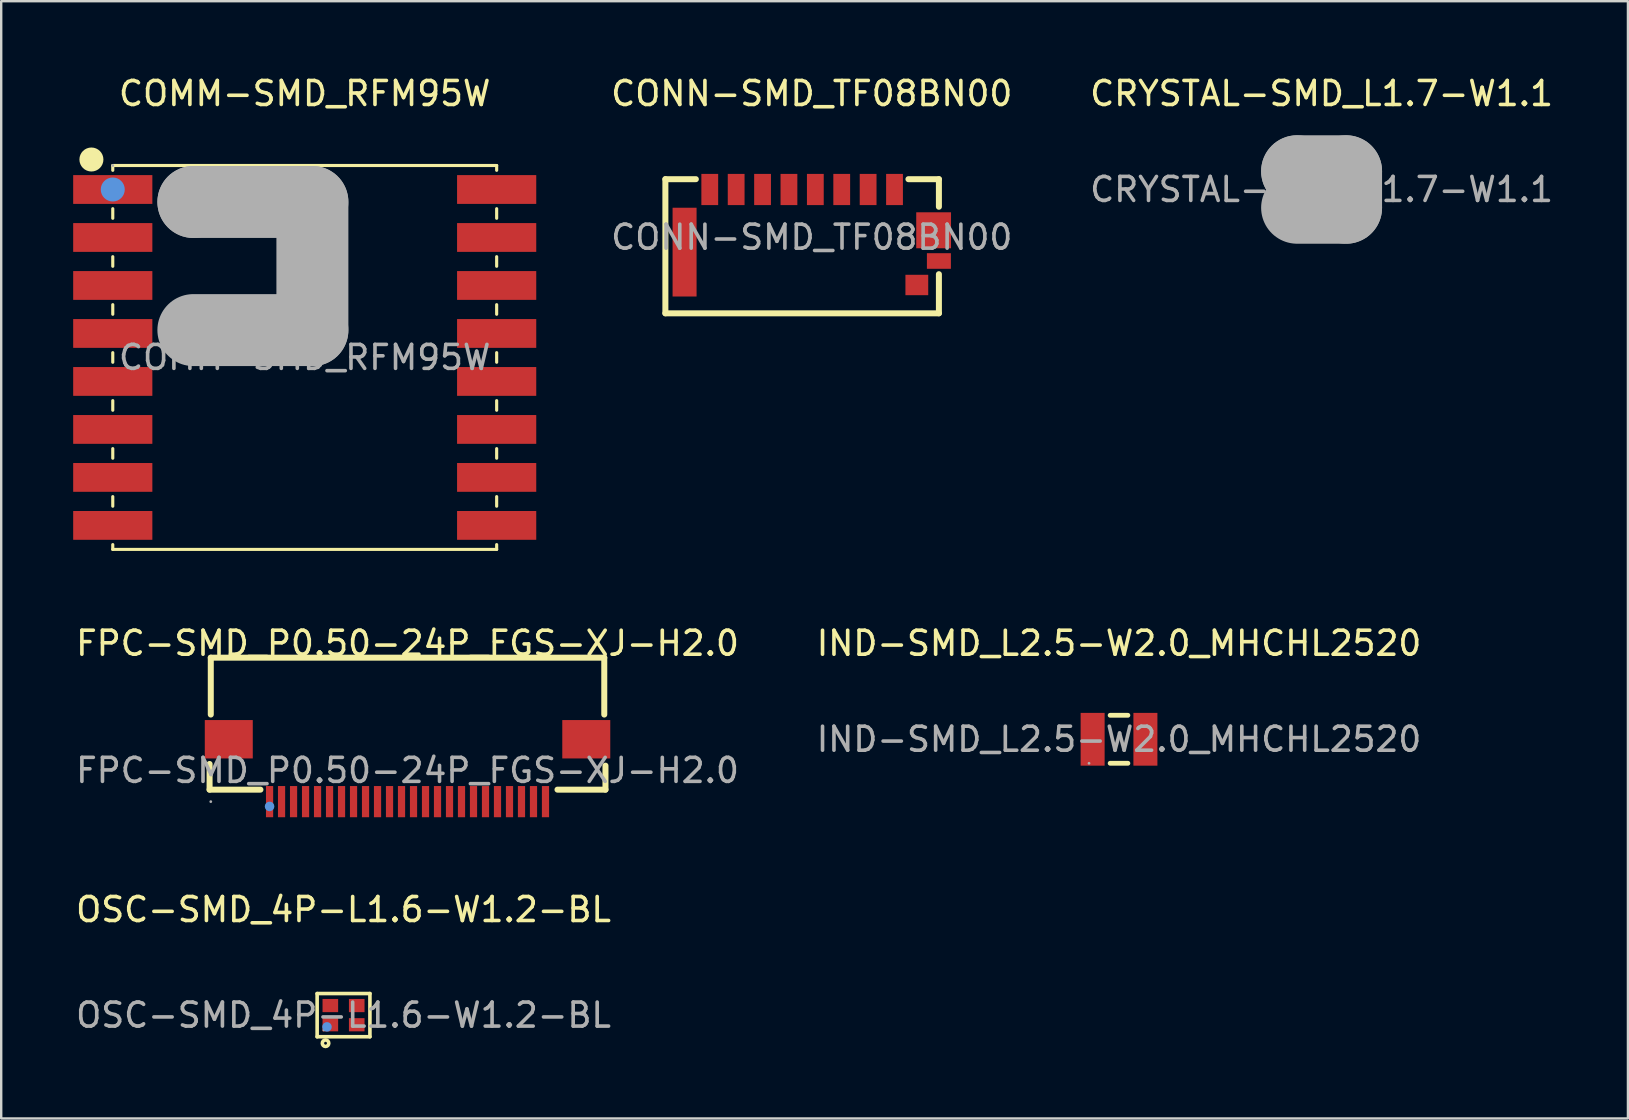
<source format=kicad_pcb>
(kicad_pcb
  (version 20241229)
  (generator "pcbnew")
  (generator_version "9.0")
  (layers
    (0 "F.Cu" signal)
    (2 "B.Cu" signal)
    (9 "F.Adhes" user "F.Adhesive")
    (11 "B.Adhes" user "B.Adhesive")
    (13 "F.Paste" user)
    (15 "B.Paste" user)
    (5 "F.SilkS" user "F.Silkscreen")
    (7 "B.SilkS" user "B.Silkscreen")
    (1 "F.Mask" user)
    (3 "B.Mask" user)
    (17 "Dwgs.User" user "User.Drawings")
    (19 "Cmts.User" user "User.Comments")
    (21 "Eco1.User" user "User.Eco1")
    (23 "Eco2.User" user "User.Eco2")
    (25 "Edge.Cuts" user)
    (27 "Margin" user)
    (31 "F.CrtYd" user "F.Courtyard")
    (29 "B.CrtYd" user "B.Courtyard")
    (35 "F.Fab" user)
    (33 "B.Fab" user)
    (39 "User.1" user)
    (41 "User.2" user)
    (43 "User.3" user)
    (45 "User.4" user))
  (footprint "FPC-SMD_P0.50-24P_FGS-XJ-H2.0"
    (layer "F.Cu")
    (at 13.935 29.061)
    (property "Reference" "FPC-SMD_P0.50-24P_FGS-XJ-H2.0" (at 0 -5.3 0) (layer "F.SilkS") (effects (font (size 1 1) (thickness 0.15))))
    (attr smd)
    (fp_line (start -8.25 -0.27) (end -8.25 0.8) (stroke (width 0.25) (type solid)) (layer "F.SilkS"))
    (fp_line (start -8.25 0.8) (end -6.13 0.8) (stroke (width 0.25) (type solid)) (layer "F.SilkS"))
    (fp_line (start -8.2 -4.7) (end -8.2 -2.33) (stroke (width 0.25) (type solid)) (layer "F.SilkS"))
    (fp_line (start -8.2 -4.7) (end 8.2 -4.7) (stroke (width 0.25) (type solid)) (layer "F.SilkS"))
    (fp_line (start 6.25 0.8) (end 8.25 0.8) (stroke (width 0.25) (type solid)) (layer "F.SilkS"))
    (fp_line (start 8.2 -2.33) (end 8.2 -4.7) (stroke (width 0.25) (type solid)) (layer "F.SilkS"))
    (fp_line (start 8.25 0.8) (end 8.25 -0.2) (stroke (width 0.25) (type solid)) (layer "F.SilkS"))
    (fp_circle (center -5.75 1.5) (end -5.65 1.5) (stroke (width 0.2) (type solid)) (fill no) (layer "Cmts.User"))
    (fp_circle (center -8.2 1.3) (end -8.17 1.3) (stroke (width 0.06) (type solid)) (fill no) (layer "F.Fab"))
    (fp_text user "${REFERENCE}" (at 0 0 0) (layer "F.Fab") (effects (font (size 1 1) (thickness 0.15))))
    (pad "1" smd rect (at -5.75 1.3) (size 0.3 1.3) (layers "F.Cu" "F.Mask" "F.Paste"))
    (pad "2" smd rect (at -5.25 1.3) (size 0.3 1.3) (layers "F.Cu" "F.Mask" "F.Paste"))
    (pad "3" smd rect (at -4.75 1.3) (size 0.3 1.3) (layers "F.Cu" "F.Mask" "F.Paste"))
    (pad "4" smd rect (at -4.25 1.3) (size 0.3 1.3) (layers "F.Cu" "F.Mask" "F.Paste"))
    (pad "5" smd rect (at -3.75 1.3) (size 0.3 1.3) (layers "F.Cu" "F.Mask" "F.Paste"))
    (pad "6" smd rect (at -3.25 1.3) (size 0.3 1.3) (layers "F.Cu" "F.Mask" "F.Paste"))
    (pad "7" smd rect (at -2.75 1.3) (size 0.3 1.3) (layers "F.Cu" "F.Mask" "F.Paste"))
    (pad "8" smd rect (at -2.25 1.3) (size 0.3 1.3) (layers "F.Cu" "F.Mask" "F.Paste"))
    (pad "9" smd rect (at -1.75 1.3) (size 0.3 1.3) (layers "F.Cu" "F.Mask" "F.Paste"))
    (pad "10" smd rect (at -1.25 1.3) (size 0.3 1.3) (layers "F.Cu" "F.Mask" "F.Paste"))
    (pad "11" smd rect (at -0.75 1.3) (size 0.3 1.3) (layers "F.Cu" "F.Mask" "F.Paste"))
    (pad "12" smd rect (at -0.25 1.3) (size 0.3 1.3) (layers "F.Cu" "F.Mask" "F.Paste"))
    (pad "13" smd rect (at 0.25 1.3) (size 0.3 1.3) (layers "F.Cu" "F.Mask" "F.Paste"))
    (pad "14" smd rect (at 0.75 1.3) (size 0.3 1.3) (layers "F.Cu" "F.Mask" "F.Paste"))
    (pad "15" smd rect (at 1.25 1.3) (size 0.3 1.3) (layers "F.Cu" "F.Mask" "F.Paste"))
    (pad "16" smd rect (at 1.75 1.3) (size 0.3 1.3) (layers "F.Cu" "F.Mask" "F.Paste"))
    (pad "17" smd rect (at 2.25 1.3) (size 0.3 1.3) (layers "F.Cu" "F.Mask" "F.Paste"))
    (pad "18" smd rect (at 2.75 1.3) (size 0.3 1.3) (layers "F.Cu" "F.Mask" "F.Paste"))
    (pad "19" smd rect (at 3.25 1.3) (size 0.3 1.3) (layers "F.Cu" "F.Mask" "F.Paste"))
    (pad "20" smd rect (at 3.75 1.3) (size 0.3 1.3) (layers "F.Cu" "F.Mask" "F.Paste"))
    (pad "21" smd rect (at 4.25 1.3) (size 0.3 1.3) (layers "F.Cu" "F.Mask" "F.Paste"))
    (pad "22" smd rect (at 4.75 1.3) (size 0.3 1.3) (layers "F.Cu" "F.Mask" "F.Paste"))
    (pad "23" smd rect (at 5.25 1.3) (size 0.3 1.3) (layers "F.Cu" "F.Mask" "F.Paste"))
    (pad "24" smd rect (at 5.75 1.3) (size 0.3 1.3) (layers "F.Cu" "F.Mask" "F.Paste"))
    (pad "25" smd rect (at 7.45 -1.3 270) (size 1.6 2) (layers "F.Cu" "F.Mask" "F.Paste"))
    (pad "26" smd rect (at -7.45 -1.3 270) (size 1.6 2) (layers "F.Cu" "F.Mask" "F.Paste")))
  (footprint "OSC-SMD_4P-L1.6-W1.2-BL"
    (layer "F.Cu")
    (at 11.268 39.26)
    (property "Reference" "OSC-SMD_4P-L1.6-W1.2-BL" (at 0 -4.4 0) (layer "F.SilkS") (effects (font (size 1 1) (thickness 0.15))))
    (attr smd)
    (fp_line (start -1.1 -0.9) (end -1.1 0.9) (stroke (width 0.15) (type solid)) (layer "F.SilkS"))
    (fp_line (start -1.1 -0.9) (end 1.1 -0.9) (stroke (width 0.15) (type solid)) (layer "F.SilkS"))
    (fp_line (start -1.1 0.9) (end 1.1 0.9) (stroke (width 0.15) (type solid)) (layer "F.SilkS"))
    (fp_line (start 1.1 -0.9) (end 1.1 0.9) (stroke (width 0.15) (type solid)) (layer "F.SilkS"))
    (fp_circle (center -0.75 1.17) (end -0.69 1.17) (stroke (width 0.15) (type solid)) (fill no) (layer "F.SilkS"))
    (fp_circle (center -0.69 0.49) (end -0.59 0.49) (stroke (width 0.2) (type solid)) (fill no) (layer "Cmts.User"))
    (fp_circle (center -0.82 0.62) (end -0.79 0.62) (stroke (width 0.06) (type solid)) (fill no) (layer "F.Fab"))
    (fp_text user "${REFERENCE}" (at 0 0 0) (layer "F.Fab") (effects (font (size 1 1) (thickness 0.15))))
    (pad "1" smd rect (at -0.55 0.4) (size 0.65 0.55) (layers "F.Cu" "F.Mask" "F.Paste"))
    (pad "2" smd rect (at 0.55 0.4) (size 0.65 0.55) (layers "F.Cu" "F.Mask" "F.Paste"))
    (pad "3" smd rect (at 0.55 -0.4) (size 0.65 0.55) (layers "F.Cu" "F.Mask" "F.Paste"))
    (pad "4" smd rect (at -0.55 -0.4) (size 0.65 0.55) (layers "F.Cu" "F.Mask" "F.Paste")))
  (footprint "CRYSTAL-SMD_L1.7-W1.1"
    (layer "F.Cu")
    (at 52.032 4.848)
    (property "Reference" "CRYSTAL-SMD_L1.7-W1.1" (at 0 -4 0) (layer "F.SilkS") (effects (font (size 1 1) (thickness 0.15))))
    (attr smd)
    (fp_line (start -1.02 -0.76) (end -1.02 -0.76) (stroke (width 3) (type solid)) (layer "F.Fab"))
    (fp_line (start -1.02 -0.76) (end 1.02 -0.76) (stroke (width 3) (type solid)) (layer "F.Fab"))
    (fp_line (start 1.02 -0.76) (end 1.02 0.76) (stroke (width 3) (type solid)) (layer "F.Fab"))
    (fp_line (start 1.02 0.76) (end -1.02 0.76) (stroke (width 3) (type solid)) (layer "F.Fab"))
    (fp_circle (center -0.82 0.53) (end -0.79 0.53) (stroke (width 0.06) (type solid)) (fill no) (layer "F.Fab"))
    (fp_text user "${REFERENCE}" (at 0 0 0) (layer "F.Fab") (effects (font (size 1 1) (thickness 0.15))))
    (pad "1" smd rect (at -0.53 0) (size 0.5 1) (layers "F.Cu" "F.Mask" "F.Paste"))
    (pad "2" smd rect (at 0.53 0) (size 0.5 1) (layers "F.Cu" "F.Mask" "F.Paste")))
  (footprint "CONN-SMD_TF08BN00"
    (layer "F.Cu")
    (at 30.782 6.838)
    (property "Reference" "CONN-SMD_TF08BN00" (at 0 -5.99 0) (layer "F.SilkS") (effects (font (size 1 1) (thickness 0.15))))
    (attr through_hole)
    (fp_line (start -6.1 -2.42) (end -6.1 3.17) (stroke (width 0.25) (type solid)) (layer "F.SilkS"))
    (fp_line (start -6.1 -2.42) (end -4.83 -2.42) (stroke (width 0.25) (type solid)) (layer "F.SilkS"))
    (fp_line (start -6.1 3.17) (end 5.3 3.17) (stroke (width 0.25) (type solid)) (layer "F.SilkS"))
    (fp_line (start 4.03 -2.42) (end 5.3 -2.42) (stroke (width 0.25) (type solid)) (layer "F.SilkS"))
    (fp_line (start 5.3 -2.42) (end 5.3 -1.27) (stroke (width 0.25) (type solid)) (layer "F.SilkS"))
    (fp_line (start 5.3 1.54) (end 5.3 3.17) (stroke (width 0.25) (type solid)) (layer "F.SilkS"))
    (fp_text user "${REFERENCE}" (at 0 0 0) (layer "F.Fab") (effects (font (size 1 1) (thickness 0.15))))
    (pad "1" smd rect (at -4.25 -1.99) (size 0.7 1.3) (layers "F.Cu" "F.Mask" "F.Paste"))
    (pad "2" smd rect (at -3.15 -1.99) (size 0.7 1.3) (layers "F.Cu" "F.Mask" "F.Paste"))
    (pad "3" smd rect (at -2.05 -1.99) (size 0.7 1.3) (layers "F.Cu" "F.Mask" "F.Paste"))
    (pad "4" smd rect (at -0.95 -1.99) (size 0.7 1.3) (layers "F.Cu" "F.Mask" "F.Paste"))
    (pad "5" smd rect (at 0.15 -1.99) (size 0.7 1.3) (layers "F.Cu" "F.Mask" "F.Paste"))
    (pad "6" smd rect (at 1.25 -1.99) (size 0.7 1.3) (layers "F.Cu" "F.Mask" "F.Paste"))
    (pad "7" smd rect (at 2.35 -1.99) (size 0.7 1.3) (layers "F.Cu" "F.Mask" "F.Paste"))
    (pad "8" smd rect (at 3.45 -1.99) (size 0.7 1.3) (layers "F.Cu" "F.Mask" "F.Paste"))
    (pad "9" smd rect (at 5.08 -0.29) (size 1.45 1.5) (layers "F.Cu" "F.Mask" "F.Paste"))
    (pad "10" smd rect (at 5.3 0.99) (size 1 0.65) (layers "F.Cu" "F.Mask" "F.Paste"))
    (pad "11" smd rect (at 4.38 1.99) (size 0.95 0.85) (layers "F.Cu" "F.Mask" "F.Paste"))
    (pad "12" smd rect (at -5.3 0.62) (size 1 3.7) (layers "F.Cu" "F.Mask" "F.Paste")))
  (footprint "COMM-SMD_RFM95W"
    (layer "F.Cu")
    (at 9.65 11.848)
    (property "Reference" "COMM-SMD_RFM95W" (at 0 -11 0) (layer "F.SilkS") (effects (font (size 1 1) (thickness 0.15))))
    (attr smd)
    (fp_line (start -8 -8) (end 8 -8) (stroke (width 0.13) (type solid)) (layer "F.SilkS"))
    (fp_line (start -8 -7.8) (end -8 -8) (stroke (width 0.13) (type solid)) (layer "F.SilkS"))
    (fp_line (start -8 -6.2) (end -8 -5.8) (stroke (width 0.13) (type solid)) (layer "F.SilkS"))
    (fp_line (start -8 -4.2) (end -8 -3.8) (stroke (width 0.13) (type solid)) (layer "F.SilkS"))
    (fp_line (start -8 -2.2) (end -8 -1.8) (stroke (width 0.13) (type solid)) (layer "F.SilkS"))
    (fp_line (start -8 -0.2) (end -8 0.2) (stroke (width 0.13) (type solid)) (layer "F.SilkS"))
    (fp_line (start -8 1.8) (end -8 2.2) (stroke (width 0.13) (type solid)) (layer "F.SilkS"))
    (fp_line (start -8 3.8) (end -8 4.2) (stroke (width 0.13) (type solid)) (layer "F.SilkS"))
    (fp_line (start -8 5.8) (end -8 6.2) (stroke (width 0.13) (type solid)) (layer "F.SilkS"))
    (fp_line (start -8 8) (end -8 7.8) (stroke (width 0.13) (type solid)) (layer "F.SilkS"))
    (fp_line (start 8 -8) (end 8 -7.8) (stroke (width 0.13) (type solid)) (layer "F.SilkS"))
    (fp_line (start 8 -6.2) (end 8 -5.8) (stroke (width 0.13) (type solid)) (layer "F.SilkS"))
    (fp_line (start 8 -4.2) (end 8 -3.8) (stroke (width 0.13) (type solid)) (layer "F.SilkS"))
    (fp_line (start 8 -2.2) (end 8 -1.8) (stroke (width 0.13) (type solid)) (layer "F.SilkS"))
    (fp_line (start 8 -0.2) (end 8 0.2) (stroke (width 0.13) (type solid)) (layer "F.SilkS"))
    (fp_line (start 8 1.8) (end 8 2.2) (stroke (width 0.13) (type solid)) (layer "F.SilkS"))
    (fp_line (start 8 3.8) (end 8 4.2) (stroke (width 0.13) (type solid)) (layer "F.SilkS"))
    (fp_line (start 8 5.8) (end 8 6.2) (stroke (width 0.13) (type solid)) (layer "F.SilkS"))
    (fp_line (start 8 7.8) (end 8 8) (stroke (width 0.13) (type solid)) (layer "F.SilkS"))
    (fp_line (start 8 8) (end -8 8) (stroke (width 0.13) (type solid)) (layer "F.SilkS"))
    (fp_circle (center -8.89 -8.25) (end -8.64 -8.25) (stroke (width 0.5) (type solid)) (fill no) (layer "F.SilkS"))
    (fp_circle (center -8 -7) (end -7.75 -7) (stroke (width 0.5) (type solid)) (fill no) (layer "Cmts.User"))
    (fp_line (start -4.64 -6.48) (end -4.64 -6.48) (stroke (width 3) (type solid)) (layer "F.Fab"))
    (fp_line (start -4.64 -6.48) (end 0.32 -6.48) (stroke (width 3) (type solid)) (layer "F.Fab"))
    (fp_line (start 0.32 -6.48) (end 0.32 -1.14) (stroke (width 3) (type solid)) (layer "F.Fab"))
    (fp_line (start 0.32 -1.14) (end -4.64 -1.14) (stroke (width 3) (type solid)) (layer "F.Fab"))
    (fp_circle (center -8 -8) (end -7.97 -8) (stroke (width 0.06) (type solid)) (fill no) (layer "F.Fab"))
    (fp_text user "${REFERENCE}" (at 0 0 0) (layer "F.Fab") (effects (font (size 1 1) (thickness 0.15))))
    (pad "1" smd rect (at -8 -7) (size 3.3 1.2) (layers "F.Cu" "F.Mask" "F.Paste"))
    (pad "2" smd rect (at -8 -5) (size 3.3 1.2) (layers "F.Cu" "F.Mask" "F.Paste"))
    (pad "3" smd rect (at -8 -3) (size 3.3 1.2) (layers "F.Cu" "F.Mask" "F.Paste"))
    (pad "4" smd rect (at -8 -1) (size 3.3 1.2) (layers "F.Cu" "F.Mask" "F.Paste"))
    (pad "5" smd rect (at -8 1) (size 3.3 1.2) (layers "F.Cu" "F.Mask" "F.Paste"))
    (pad "6" smd rect (at -8 3) (size 3.3 1.2) (layers "F.Cu" "F.Mask" "F.Paste"))
    (pad "7" smd rect (at -8 5) (size 3.3 1.2) (layers "F.Cu" "F.Mask" "F.Paste"))
    (pad "8" smd rect (at -8 7) (size 3.3 1.2) (layers "F.Cu" "F.Mask" "F.Paste"))
    (pad "9" smd rect (at 8 7) (size 3.3 1.2) (layers "F.Cu" "F.Mask" "F.Paste"))
    (pad "10" smd rect (at 8 5) (size 3.3 1.2) (layers "F.Cu" "F.Mask" "F.Paste"))
    (pad "11" smd rect (at 8 3) (size 3.3 1.2) (layers "F.Cu" "F.Mask" "F.Paste"))
    (pad "12" smd rect (at 8 1) (size 3.3 1.2) (layers "F.Cu" "F.Mask" "F.Paste"))
    (pad "13" smd rect (at 8 -1) (size 3.3 1.2) (layers "F.Cu" "F.Mask" "F.Paste"))
    (pad "14" smd rect (at 8 -3) (size 3.3 1.2) (layers "F.Cu" "F.Mask" "F.Paste"))
    (pad "15" smd rect (at 8 -5) (size 3.3 1.2) (layers "F.Cu" "F.Mask" "F.Paste"))
    (pad "16" smd rect (at 8 -7) (size 3.3 1.2) (layers "F.Cu" "F.Mask" "F.Paste")))
  (footprint "IND-SMD_L2.5-W2.0_MHCHL2520"
    (layer "F.Cu")
    (at 43.589 27.762)
    (property "Reference" "IND-SMD_L2.5-W2.0_MHCHL2520" (at 0 -4 0) (layer "F.SilkS") (effects (font (size 1 1) (thickness 0.15))))
    (attr through_hole)
    (fp_line (start -0.37 -1) (end 0.37 -1) (stroke (width 0.2) (type solid)) (layer "F.SilkS"))
    (fp_line (start -0.37 1) (end 0.37 1) (stroke (width 0.2) (type solid)) (layer "F.SilkS"))
    (fp_circle (center -1.25 1) (end -1.22 1) (stroke (width 0.06) (type solid)) (fill no) (layer "F.Fab"))
    (fp_text user "${REFERENCE}" (at 0 0 0) (layer "F.Fab") (effects (font (size 1 1) (thickness 0.15))))
    (pad "1" smd rect (at -1.1 0 90) (size 2.2 1) (layers "F.Cu" "F.Mask" "F.Paste"))
    (pad "2" smd rect (at 1.1 0 90) (size 2.2 1) (layers "F.Cu" "F.Mask" "F.Paste")))
  (gr_rect
    (start -3 -3)
    (end 64.8 43.565)
    (stroke (width 0.1) (type default))
    (fill no)
    (layer "Edge.Cuts")))
</source>
